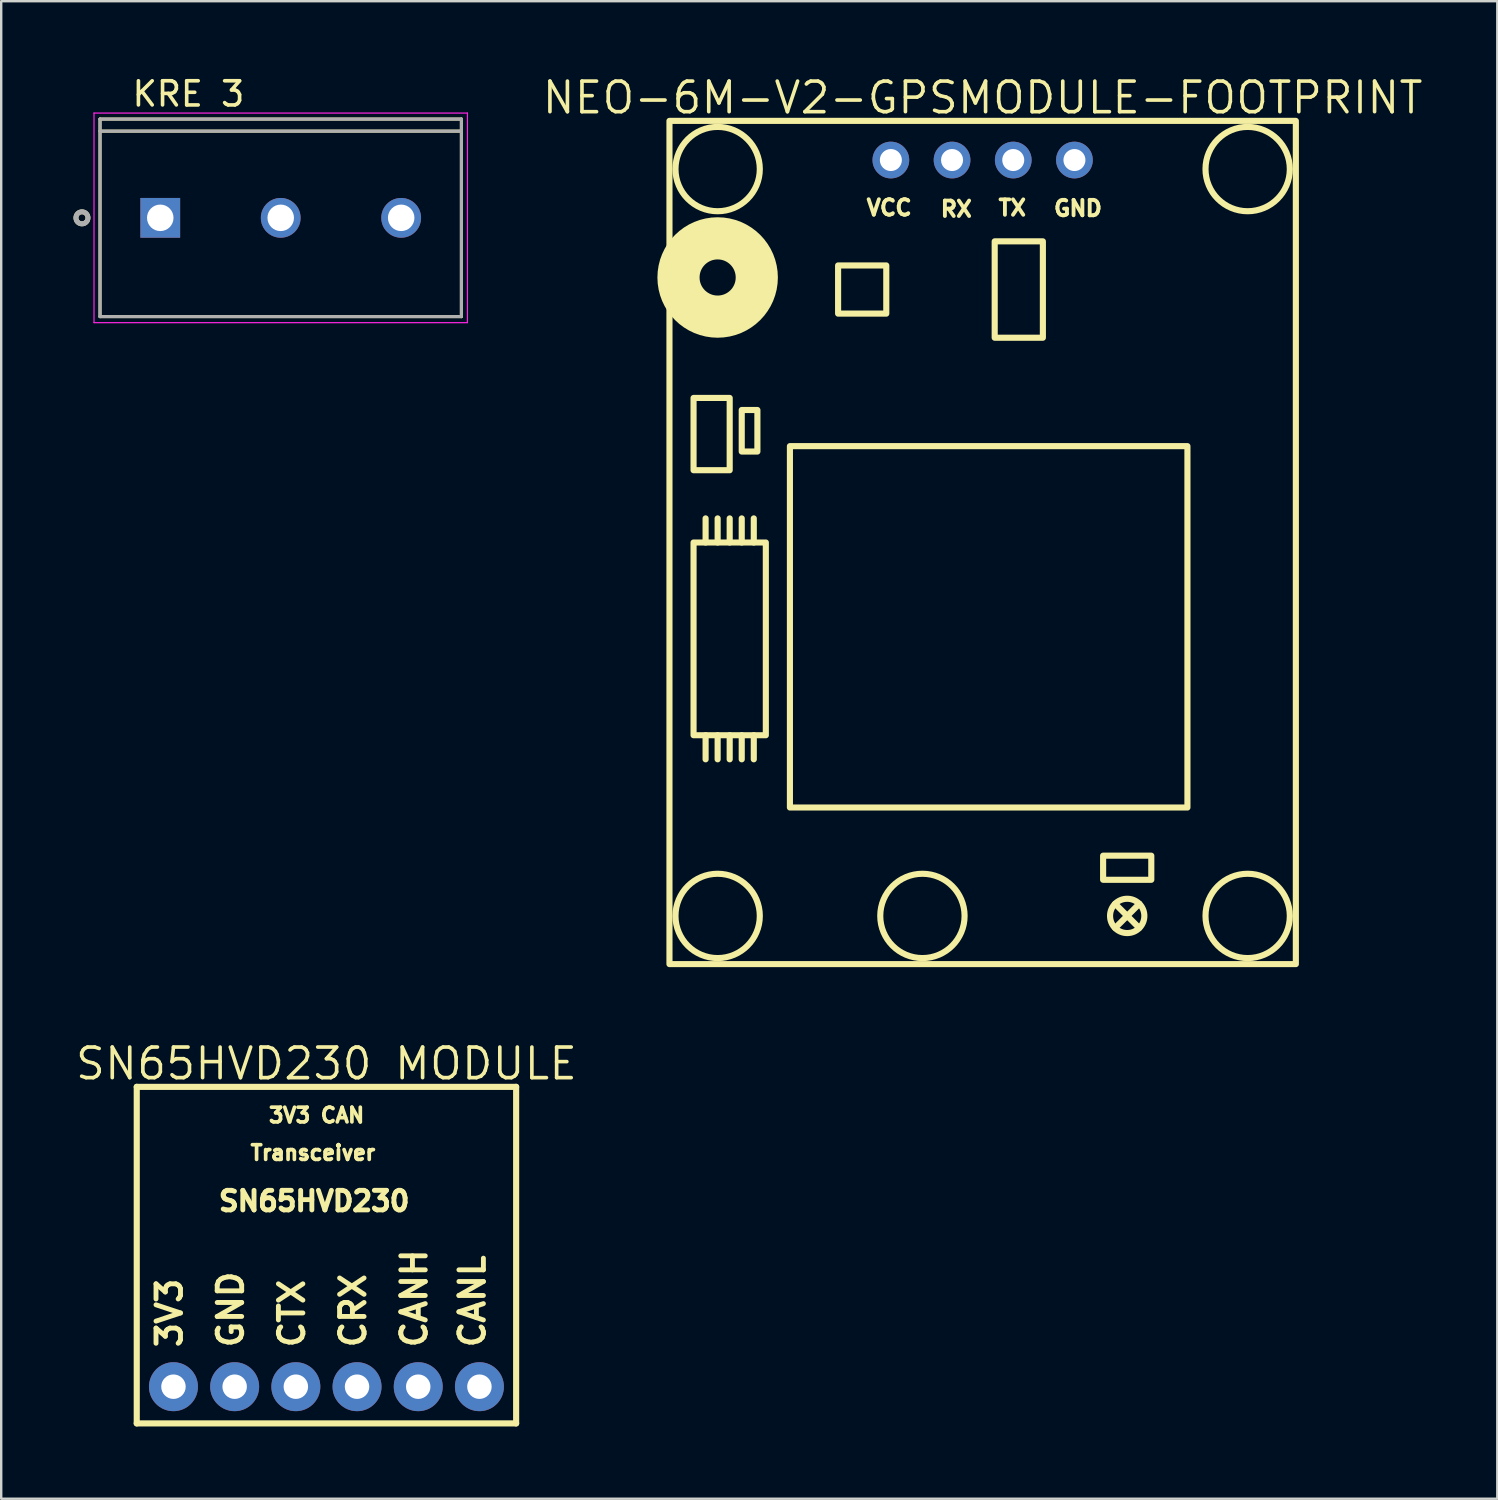
<source format=kicad_pcb>
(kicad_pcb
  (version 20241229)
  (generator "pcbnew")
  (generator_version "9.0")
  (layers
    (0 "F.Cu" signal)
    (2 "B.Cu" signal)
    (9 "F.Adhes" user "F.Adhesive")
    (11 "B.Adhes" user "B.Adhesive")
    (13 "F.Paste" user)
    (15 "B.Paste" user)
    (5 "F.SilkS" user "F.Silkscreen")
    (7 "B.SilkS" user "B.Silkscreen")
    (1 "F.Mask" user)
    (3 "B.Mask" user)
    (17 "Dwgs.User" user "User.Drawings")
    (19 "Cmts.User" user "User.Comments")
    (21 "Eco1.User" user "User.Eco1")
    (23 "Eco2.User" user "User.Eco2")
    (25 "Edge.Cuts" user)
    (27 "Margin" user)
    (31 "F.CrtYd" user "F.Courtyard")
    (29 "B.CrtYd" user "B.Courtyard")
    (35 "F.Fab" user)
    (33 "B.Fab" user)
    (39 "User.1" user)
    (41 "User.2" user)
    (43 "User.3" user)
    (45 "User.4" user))
  (footprint "SN65HVD230 MODULE"
    (layer "F.Cu")
    (at 11.77 49.429)
    (property "Reference" "SN65HVD230 MODULE" (at -1.27 -8.328 0) (layer "F.SilkS") (effects (font (size 1.27 1.27) (thickness 0.15))))
    (fp_line (start -9.144 -7.366) (end 6.604 -7.366) (stroke (width 0.254) (type default)) (layer "F.SilkS"))
    (fp_line (start -9.144 6.604) (end -9.144 -7.366) (stroke (width 0.254) (type default)) (layer "F.SilkS"))
    (fp_line (start 6.604 -7.366) (end 6.604 6.604) (stroke (width 0.254) (type default)) (layer "F.SilkS"))
    (fp_line (start 6.604 6.604) (end -9.144 6.604) (stroke (width 0.254) (type default)) (layer "F.SilkS"))
    (fp_text user "CANL" (at 4.191 3.556 90) (unlocked yes) (layer "F.SilkS") (effects (font (size 1.016 1.016) (thickness 0.203)) (justify left top)))
    (fp_text user "3V3" (at -8.382 3.556 90) (unlocked yes) (layer "F.SilkS") (effects (font (size 1.016 1.016) (thickness 0.203)) (justify left top)))
    (fp_text user "GND" (at -5.842 3.556 90) (unlocked yes) (layer "F.SilkS") (effects (font (size 1.016 1.016) (thickness 0.203)) (justify left top)))
    (fp_text user "SN65HVD230" (at -5.842 -3.099 0) (unlocked yes) (layer "F.SilkS") (effects (font (size 0.813 0.813) (thickness 0.203)) (justify left top)))
    (fp_text user "Transceiver" (at -4.503 -4.986 0) (unlocked yes) (layer "F.SilkS") (effects (font (size 0.61 0.61) (thickness 0.203)) (justify left top)))
    (fp_text user "3V3 CAN" (at -3.741 -6.543 0) (unlocked yes) (layer "F.SilkS") (effects (font (size 0.61 0.61) (thickness 0.203)) (justify left top)))
    (fp_text user "CANH" (at 1.778 3.556 90) (unlocked yes) (layer "F.SilkS") (effects (font (size 1.016 1.016) (thickness 0.203)) (justify left top)))
    (fp_text user "CTX" (at -3.302 3.556 90) (unlocked yes) (layer "F.SilkS") (effects (font (size 1.016 1.016) (thickness 0.203)) (justify left top)))
    (fp_text user "CRX" (at -0.762 3.556 90) (unlocked yes) (layer "F.SilkS") (effects (font (size 1.016 1.016) (thickness 0.203)) (justify left top)))
    (pad "1" thru_hole oval (at -7.62 5.08) (size 2.032 2.032) (drill 1.016) (layers "*.Cu" "*.Mask"))
    (pad "2" thru_hole oval (at -5.08 5.08) (size 2.032 2.032) (drill 1.016) (layers "*.Cu" "*.Mask"))
    (pad "3" thru_hole oval (at -2.54 5.08) (size 2.032 2.032) (drill 1.016) (layers "*.Cu" "*.Mask"))
    (pad "4" thru_hole oval (at 0 5.08) (size 2.032 2.032) (drill 1.016) (layers "*.Cu" "*.Mask"))
    (pad "5" thru_hole oval (at 2.54 5.08) (size 2.032 2.032) (drill 1.016) (layers "*.Cu" "*.Mask"))
    (pad "6" thru_hole oval (at 5.08 5.08) (size 2.032 2.032) (drill 1.016) (layers "*.Cu" "*.Mask")))
  (footprint "KRE 3"
    (layer "F.Cu")
    (at 8.602 5.992)
    (property "Reference" "KRE 3" (at -3.831 -5.143 0) (layer "F.SilkS") (effects (font (size 1.002 1.002) (thickness 0.15))))
    (attr through_hole)
    (fp_line (start -7.5 -4.1) (end 7.5 -4.1) (stroke (width 0.127) (type solid)) (layer "F.SilkS"))
    (fp_line (start -7.5 -3.6) (end 7.5 -3.6) (stroke (width 0.127) (type solid)) (layer "F.SilkS"))
    (fp_line (start -7.5 4.1) (end -7.5 -4.1) (stroke (width 0.127) (type solid)) (layer "F.SilkS"))
    (fp_line (start 7.5 -4.1) (end 7.5 -3.6) (stroke (width 0.127) (type solid)) (layer "F.SilkS"))
    (fp_line (start 7.5 -3.6) (end 7.5 4.1) (stroke (width 0.127) (type solid)) (layer "F.SilkS"))
    (fp_line (start 7.5 4.1) (end -7.5 4.1) (stroke (width 0.127) (type solid)) (layer "F.SilkS"))
    (fp_circle (center -8.25 0) (end -8 0) (stroke (width 0.203) (type solid)) (fill no) (layer "F.SilkS"))
    (fp_line (start -7.75 -4.35) (end 7.75 -4.35) (stroke (width 0.05) (type solid)) (layer "F.CrtYd"))
    (fp_line (start -7.75 4.35) (end -7.75 -4.35) (stroke (width 0.05) (type solid)) (layer "F.CrtYd"))
    (fp_line (start 7.75 -4.35) (end 7.75 4.35) (stroke (width 0.05) (type solid)) (layer "F.CrtYd"))
    (fp_line (start 7.75 4.35) (end -7.75 4.35) (stroke (width 0.05) (type solid)) (layer "F.CrtYd"))
    (fp_line (start -7.5 -4.1) (end 7.5 -4.1) (stroke (width 0.127) (type solid)) (layer "F.Fab"))
    (fp_line (start -7.5 -3.6) (end 7.5 -3.6) (stroke (width 0.127) (type solid)) (layer "F.Fab"))
    (fp_line (start -7.5 4.1) (end -7.5 -4.1) (stroke (width 0.127) (type solid)) (layer "F.Fab"))
    (fp_line (start 7.5 -4.1) (end 7.5 -3.6) (stroke (width 0.127) (type solid)) (layer "F.Fab"))
    (fp_line (start 7.5 -3.6) (end 7.5 4.1) (stroke (width 0.127) (type solid)) (layer "F.Fab"))
    (fp_line (start 7.5 4.1) (end -7.5 4.1) (stroke (width 0.127) (type solid)) (layer "F.Fab"))
    (fp_circle (center -8.25 0) (end -8 0) (stroke (width 0.203) (type solid)) (fill no) (layer "F.Fab"))
    (pad "1" thru_hole rect (at -5 0) (size 1.65 1.65) (drill 1.1) (layers "*.Cu" "*.Mask"))
    (pad "2" thru_hole circle (at 0 0) (size 1.65 1.65) (drill 1.1) (layers "*.Cu" "*.Mask"))
    (pad "3" thru_hole circle (at 5 0) (size 1.65 1.65) (drill 1.1) (layers "*.Cu" "*.Mask")))
  (footprint "NEO-6M-V2-GPSMODULE-FOOTPRINT"
    (layer "F.Cu")
    (at 37.738 19.468)
    (property "Reference" "NEO-6M-V2-GPSMODULE-FOOTPRINT" (at -0.00005 -18.462 0) (layer "F.SilkS") (effects (font (size 1.27 1.27) (thickness 0.15))))
    (fp_line (start -11.5 0) (end -11.5 -1) (stroke (width 0.254) (type default)) (layer "F.SilkS"))
    (fp_line (start -11.5 8) (end -11.5 9) (stroke (width 0.254) (type default)) (layer "F.SilkS"))
    (fp_line (start -11 0) (end -11 -1) (stroke (width 0.254) (type default)) (layer "F.SilkS"))
    (fp_line (start -11 8) (end -11 9) (stroke (width 0.254) (type default)) (layer "F.SilkS"))
    (fp_line (start -10.5 0) (end -10.5 -1) (stroke (width 0.254) (type default)) (layer "F.SilkS"))
    (fp_line (start -10.5 8) (end -10.5 9) (stroke (width 0.254) (type default)) (layer "F.SilkS"))
    (fp_line (start -10 0) (end -10 -1) (stroke (width 0.254) (type default)) (layer "F.SilkS"))
    (fp_line (start -10 8) (end -10 9) (stroke (width 0.254) (type default)) (layer "F.SilkS"))
    (fp_line (start -9.5 0) (end -9.5 -1) (stroke (width 0.254) (type default)) (layer "F.SilkS"))
    (fp_line (start -9.5 8) (end -9.5 9) (stroke (width 0.254) (type default)) (layer "F.SilkS"))
    (fp_line (start 5.5 15) (end 5.5 15) (stroke (width 0.254) (type default)) (layer "F.SilkS"))
    (fp_line (start 5.5 15) (end 6.5 16) (stroke (width 0.254) (type default)) (layer "F.SilkS"))
    (fp_line (start 6.5 15) (end 5.5 16) (stroke (width 0.254) (type default)) (layer "F.SilkS"))
    (fp_line (start 6.5 15) (end 6.5 15) (stroke (width 0.254) (type default)) (layer "F.SilkS"))
    (fp_rect (start -13 -17.5) (end 13 17.5) (stroke (width 0.254) (type default)) (fill no) (layer "F.SilkS"))
    (fp_rect (start -12 -6) (end -10.5 -3) (stroke (width 0.254) (type default)) (fill no) (layer "F.SilkS"))
    (fp_rect (start -12 0) (end -9 8) (stroke (width 0.254) (type default)) (fill no) (layer "F.SilkS"))
    (fp_rect (start -10 -5.5) (end -9.35 -3.775) (stroke (width 0.254) (type default)) (fill no) (layer "F.SilkS"))
    (fp_rect (start -8 -4) (end 8.5 11) (stroke (width 0.254) (type default)) (fill no) (layer "F.SilkS"))
    (fp_rect (start -6 -11.5) (end -4 -9.5) (stroke (width 0.254) (type default)) (fill no) (layer "F.SilkS"))
    (fp_rect (start 0.5 -12.5) (end 2.5 -8.5) (stroke (width 0.254) (type default)) (fill no) (layer "F.SilkS"))
    (fp_rect (start 5 13) (end 7 14) (stroke (width 0.254) (type default)) (fill no) (layer "F.SilkS"))
    (fp_circle (center -11 -15.5) (end -9.25 -15.5) (stroke (width 0.254) (type default)) (fill no) (layer "F.SilkS"))
    (fp_circle (center -11 -11) (end -10.25 -11) (stroke (width 1.75) (type default)) (fill no) (layer "F.SilkS"))
    (fp_circle (center -11 -11) (end -9.9 -11) (stroke (width 0.254) (type default)) (fill no) (layer "F.SilkS"))
    (fp_circle (center -11 -11) (end -9.7 -11) (stroke (width 0.254) (type default)) (fill no) (layer "F.SilkS"))
    (fp_circle (center -11 -11) (end -9.5 -11) (stroke (width 0.26) (type default)) (fill no) (layer "F.SilkS"))
    (fp_circle (center -11 -11) (end -9.25 -11) (stroke (width 0.254) (type default)) (fill no) (layer "F.SilkS"))
    (fp_circle (center -11 15.5) (end -9.25 15.5) (stroke (width 0.254) (type default)) (fill no) (layer "F.SilkS"))
    (fp_circle (center -2.5 15.5) (end -0.75 15.5) (stroke (width 0.254) (type default)) (fill no) (layer "F.SilkS"))
    (fp_circle (center 6 15.5) (end 6.712 15.5) (stroke (width 0.254) (type default)) (fill no) (layer "F.SilkS"))
    (fp_circle (center 11 -15.5) (end 12.75 -15.5) (stroke (width 0.254) (type default)) (fill no) (layer "F.SilkS"))
    (fp_circle (center 11 15.5) (end 12.75 15.5) (stroke (width 0.254) (type default)) (fill no) (layer "F.SilkS"))
    (fp_text user "RX" (at -1.825 -14.215 0) (unlocked yes) (layer "F.SilkS") (effects (font (size 0.64 0.64) (thickness 0.203)) (justify left top)))
    (fp_text user "VCC" (at -4.899 -14.27 0) (unlocked yes) (layer "F.SilkS") (effects (font (size 0.64 0.64) (thickness 0.203)) (justify left top)))
    (fp_text user "TX" (at 0.575 -14.265 0) (unlocked yes) (layer "F.SilkS") (effects (font (size 0.64 0.64) (thickness 0.203)) (justify left top)))
    (fp_text user "GND" (at 2.876 -14.245 0) (unlocked yes) (layer "F.SilkS") (effects (font (size 0.64 0.64) (thickness 0.203)) (justify left top)))
    (pad "1" thru_hole oval (at -3.81 -15.875) (size 1.524 1.524) (drill 0.914) (layers "*.Cu" "*.Mask"))
    (pad "2" thru_hole oval (at -1.27 -15.875) (size 1.524 1.524) (drill 0.914) (layers "*.Cu" "*.Mask"))
    (pad "3" thru_hole oval (at 1.27 -15.875) (size 1.524 1.524) (drill 0.914) (layers "*.Cu" "*.Mask"))
    (pad "4" thru_hole oval (at 3.81 -15.875) (size 1.524 1.524) (drill 0.914) (layers "*.Cu" "*.Mask"))
    (zone (net_name "") (layer "F.SilkS") (hatch edge 0.5) (priority 100) (connect_pads yes) (min_thickness 0) (filled_areas_thickness no) (fill yes) (polygon (pts (xy 30.227 13.854) (xy 30.227 15.354) (xy 31.226 15.354) (xy 31.226 13.854))) (filled_polygon (layer "F.SilkS") (island) (pts (xy 30.227 13.854) (xy 30.227 15.354) (xy 31.226 15.354) (xy 31.226 13.854))))
    (zone (net_name "") (layer "F.SilkS") (hatch edge 0.5) (priority 100) (connect_pads yes) (min_thickness 0) (filled_areas_thickness no) (fill yes) (polygon (pts (xy 30.238 30.468) (xy 30.238 31.968) (xy 31.238 31.968) (xy 31.238 30.468))) (filled_polygon (layer "F.SilkS") (island) (pts (xy 30.238 30.468) (xy 30.238 31.968) (xy 31.238 31.968) (xy 31.238 30.468))))
    (zone (net_name "") (layer "F.SilkS") (hatch edge 0.5) (priority 100) (connect_pads yes) (min_thickness 0) (filled_areas_thickness no) (fill yes) (polygon (pts (xy 31.727 13.854) (xy 31.727 15.354) (xy 32.727 15.354) (xy 32.727 13.854))) (filled_polygon (layer "F.SilkS") (island) (pts (xy 31.727 13.854) (xy 31.727 15.354) (xy 32.727 15.354) (xy 32.727 13.854))))
    (zone (net_name "") (layer "F.SilkS") (hatch edge 0.5) (priority 100) (connect_pads yes) (min_thickness 0) (filled_areas_thickness no) (fill yes) (polygon (pts (xy 31.738 8.468) (xy 30.738 8.468) (xy 30.738 9.468) (xy 31.738 9.468))) (filled_polygon (layer "F.SilkS") (island) (pts (xy 31.738 8.468) (xy 30.738 8.468) (xy 30.738 9.468) (xy 31.738 9.468))))
    (zone (net_name "") (layer "F.SilkS") (hatch edge 0.5) (priority 100) (connect_pads yes) (min_thickness 0) (filled_areas_thickness no) (fill yes) (polygon (pts (xy 31.738 30.468) (xy 31.738 31.968) (xy 32.738 31.968) (xy 32.738 30.468))) (filled_polygon (layer "F.SilkS") (island) (pts (xy 31.738 30.468) (xy 31.738 31.968) (xy 32.738 31.968) (xy 32.738 30.468))))
    (zone (net_name "") (layer "F.SilkS") (hatch edge 0.5) (priority 100) (connect_pads yes) (min_thickness 0) (filled_areas_thickness no) (fill yes) (polygon (pts (xy 33.227 13.854) (xy 33.227 15.354) (xy 34.227 15.354) (xy 34.227 13.854))) (filled_polygon (layer "F.SilkS") (island) (pts (xy 33.227 13.854) (xy 33.227 15.354) (xy 34.227 15.354) (xy 34.227 13.854))))
    (zone (net_name "") (layer "F.SilkS") (hatch edge 0.5) (priority 100) (connect_pads yes) (min_thickness 0) (filled_areas_thickness no) (fill yes) (polygon (pts (xy 33.238 30.468) (xy 33.238 31.968) (xy 34.238 31.968) (xy 34.238 30.468))) (filled_polygon (layer "F.SilkS") (island) (pts (xy 33.238 30.468) (xy 33.238 31.968) (xy 34.238 31.968) (xy 34.238 30.468))))
    (zone (net_name "") (layer "F.SilkS") (hatch edge 0.5) (priority 100) (connect_pads yes) (min_thickness 0) (filled_areas_thickness no) (fill yes) (polygon (pts (xy 33.738 7.968) (xy 34.738 7.968) (xy 34.738 8.468) (xy 33.738 8.468))) (filled_polygon (layer "F.SilkS") (island) (pts (xy 33.738 7.968) (xy 34.738 7.968) (xy 34.738 8.468) (xy 33.738 8.468))))
    (zone (net_name "") (layer "F.SilkS") (hatch edge 0.5) (priority 100) (connect_pads yes) (min_thickness 0) (filled_areas_thickness no) (fill yes) (polygon (pts (xy 33.738 9.968) (xy 33.738 9.468) (xy 34.738 9.468) (xy 34.738 9.968))) (filled_polygon (layer "F.SilkS") (island) (pts (xy 33.738 9.968) (xy 33.738 9.468) (xy 34.738 9.468) (xy 34.738 9.968))))
    (zone (net_name "") (layer "F.SilkS") (hatch edge 0.5) (priority 100) (connect_pads yes) (min_thickness 0) (filled_areas_thickness no) (fill yes) (polygon (pts (xy 34.727 13.854) (xy 34.727 15.354) (xy 35.727 15.354) (xy 35.727 13.854))) (filled_polygon (layer "F.SilkS") (island) (pts (xy 34.727 13.854) (xy 34.727 15.354) (xy 35.727 15.354) (xy 35.727 13.854))))
    (zone (net_name "") (layer "F.SilkS") (hatch edge 0.5) (priority 100) (connect_pads yes) (min_thickness 0) (filled_areas_thickness no) (fill yes) (polygon (pts (xy 34.738 30.468) (xy 34.738 31.968) (xy 35.738 31.968) (xy 35.738 30.468))) (filled_polygon (layer "F.SilkS") (island) (pts (xy 34.738 30.468) (xy 34.738 31.968) (xy 35.738 31.968) (xy 35.738 30.468))))
    (zone (net_name "") (layer "F.SilkS") (hatch edge 0.5) (priority 100) (connect_pads yes) (min_thickness 0) (filled_areas_thickness no) (fill yes) (polygon (pts (xy 36.227 13.854) (xy 36.227 15.354) (xy 37.227 15.354) (xy 37.227 13.854))) (filled_polygon (layer "F.SilkS") (island) (pts (xy 36.227 13.854) (xy 36.227 15.354) (xy 37.227 15.354) (xy 37.227 13.854))))
    (zone (net_name "") (layer "F.SilkS") (hatch edge 0.5) (priority 100) (connect_pads yes) (min_thickness 0) (filled_areas_thickness no) (fill yes) (polygon (pts (xy 36.238 6.968) (xy 38.238 6.968) (xy 38.238 7.968) (xy 36.238 7.968))) (filled_polygon (layer "F.SilkS") (island) (pts (xy 36.238 6.968) (xy 38.238 6.968) (xy 38.238 7.968) (xy 36.238 7.968))))
    (zone (net_name "") (layer "F.SilkS") (hatch edge 0.5) (priority 100) (connect_pads yes) (min_thickness 0) (filled_areas_thickness no) (fill yes) (polygon (pts (xy 36.238 9.968) (xy 38.238 9.968) (xy 38.238 10.968) (xy 36.238 10.968))) (filled_polygon (layer "F.SilkS") (island) (pts (xy 36.238 9.968) (xy 38.238 9.968) (xy 38.238 10.968) (xy 36.238 10.968))))
    (zone (net_name "") (layer "F.SilkS") (hatch edge 0.5) (priority 100) (connect_pads yes) (min_thickness 0) (filled_areas_thickness no) (fill yes) (polygon (pts (xy 36.238 30.468) (xy 36.238 31.968) (xy 37.238 31.968) (xy 37.238 30.468))) (filled_polygon (layer "F.SilkS") (island) (pts (xy 36.238 30.468) (xy 36.238 31.968) (xy 37.238 31.968) (xy 37.238 30.468))))
    (zone (net_name "") (layer "F.SilkS") (hatch edge 0.5) (priority 100) (connect_pads yes) (min_thickness 0) (filled_areas_thickness no) (fill yes) (polygon (pts (xy 37.727 13.854) (xy 37.727 15.354) (xy 38.727 15.354) (xy 38.727 13.854))) (filled_polygon (layer "F.SilkS") (island) (pts (xy 37.727 13.854) (xy 37.727 15.354) (xy 38.727 15.354) (xy 38.727 13.854))))
    (zone (net_name "") (layer "F.SilkS") (hatch edge 0.5) (priority 100) (connect_pads yes) (min_thickness 0) (filled_areas_thickness no) (fill yes) (polygon (pts (xy 37.738 30.468) (xy 37.738 31.968) (xy 38.738 31.968) (xy 38.738 30.468))) (filled_polygon (layer "F.SilkS") (island) (pts (xy 37.738 30.468) (xy 37.738 31.968) (xy 38.738 31.968) (xy 38.738 30.468))))
    (zone (net_name "") (layer "F.SilkS") (hatch edge 0.5) (priority 100) (connect_pads yes) (min_thickness 0) (filled_areas_thickness no) (fill yes) (polygon (pts (xy 40.238 6.968) (xy 42.238 6.968) (xy 42.238 7.968) (xy 40.238 7.968))) (filled_polygon (layer "F.SilkS") (island) (pts (xy 40.238 6.968) (xy 42.238 6.968) (xy 42.238 7.968) (xy 40.238 7.968))))
    (zone (net_name "") (layer "F.SilkS") (hatch edge 0.5) (priority 100) (connect_pads yes) (min_thickness 0) (filled_areas_thickness no) (fill yes) (polygon (pts (xy 40.238 8.468) (xy 42.238 8.468) (xy 42.238 9.468) (xy 40.238 9.468))) (filled_polygon (layer "F.SilkS") (island) (pts (xy 40.238 8.468) (xy 42.238 8.468) (xy 42.238 9.468) (xy 40.238 9.468))))
    (zone (net_name "") (layer "F.SilkS") (hatch edge 0.5) (priority 100) (connect_pads yes) (min_thickness 0) (filled_areas_thickness no) (fill yes) (polygon (pts (xy 40.238 9.968) (xy 42.238 9.968) (xy 42.238 10.968) (xy 40.238 10.968))) (filled_polygon (layer "F.SilkS") (island) (pts (xy 40.238 9.968) (xy 42.238 9.968) (xy 42.238 10.968) (xy 40.238 10.968))))
    (zone (net_name "") (layer "F.SilkS") (hatch edge 0.5) (priority 100) (connect_pads yes) (min_thickness 0) (filled_areas_thickness no) (fill yes) (polygon (pts (xy 42.227 13.854) (xy 42.227 15.354) (xy 43.227 15.354) (xy 43.227 13.854))) (filled_polygon (layer "F.SilkS") (island) (pts (xy 42.227 13.854) (xy 42.227 15.354) (xy 43.227 15.354) (xy 43.227 13.854))))
    (zone (net_name "") (layer "F.SilkS") (hatch edge 0.5) (priority 100) (connect_pads yes) (min_thickness 0) (filled_areas_thickness no) (fill yes) (polygon (pts (xy 42.238 30.468) (xy 42.238 31.968) (xy 43.238 31.968) (xy 43.238 30.468))) (filled_polygon (layer "F.SilkS") (island) (pts (xy 42.238 30.468) (xy 42.238 31.968) (xy 43.238 31.968) (xy 43.238 30.468))))
    (zone (net_name "") (layer "F.SilkS") (hatch edge 0.5) (priority 100) (connect_pads yes) (min_thickness 0) (filled_areas_thickness no) (fill yes) (polygon (pts (xy 43.238 32.468) (xy 43.238 33.468) (xy 44.238 33.468) (xy 44.238 32.468))) (filled_polygon (layer "F.SilkS") (island) (pts (xy 43.238 32.468) (xy 43.238 33.468) (xy 44.238 33.468) (xy 44.238 32.468))))
    (zone (net_name "") (layer "F.SilkS") (hatch edge 0.5) (priority 100) (connect_pads yes) (min_thickness 0) (filled_areas_thickness no) (fill yes) (polygon (pts (xy 43.727 13.854) (xy 43.727 15.354) (xy 44.727 15.354) (xy 44.727 13.854))) (filled_polygon (layer "F.SilkS") (island) (pts (xy 43.727 13.854) (xy 43.727 15.354) (xy 44.727 15.354) (xy 44.727 13.854))))
    (zone (net_name "") (layer "F.SilkS") (hatch edge 0.5) (priority 100) (connect_pads yes) (min_thickness 0) (filled_areas_thickness no) (fill yes) (polygon (pts (xy 43.738 30.468) (xy 43.738 31.968) (xy 44.738 31.968) (xy 44.738 30.468))) (filled_polygon (layer "F.SilkS") (island) (pts (xy 43.738 30.468) (xy 43.738 31.968) (xy 44.738 31.968) (xy 44.738 30.468))))
    (zone (net_name "") (layer "F.SilkS") (hatch edge 0.5) (priority 100) (connect_pads yes) (min_thickness 0) (filled_areas_thickness no) (fill yes) (polygon (pts (xy 45.227 13.854) (xy 45.227 15.354) (xy 46.227 15.354) (xy 46.227 13.854))) (filled_polygon (layer "F.SilkS") (island) (pts (xy 45.227 13.854) (xy 45.227 15.354) (xy 46.227 15.354) (xy 46.227 13.854))))
    (zone (net_name "") (layer "F.SilkS") (hatch edge 0.5) (priority 100) (connect_pads yes) (min_thickness 0) (filled_areas_thickness no) (fill yes) (polygon (pts (xy 45.238 30.468) (xy 45.238 31.968) (xy 46.238 31.968) (xy 46.238 30.468))) (filled_polygon (layer "F.SilkS") (island) (pts (xy 45.238 30.468) (xy 45.238 31.968) (xy 46.238 31.968) (xy 46.238 30.468)))))
  (gr_rect
    (start -3 -3)
    (end 59.1 59.16)
    (stroke (width 0.1) (type default))
    (fill no)
    (layer "Edge.Cuts")))
</source>
